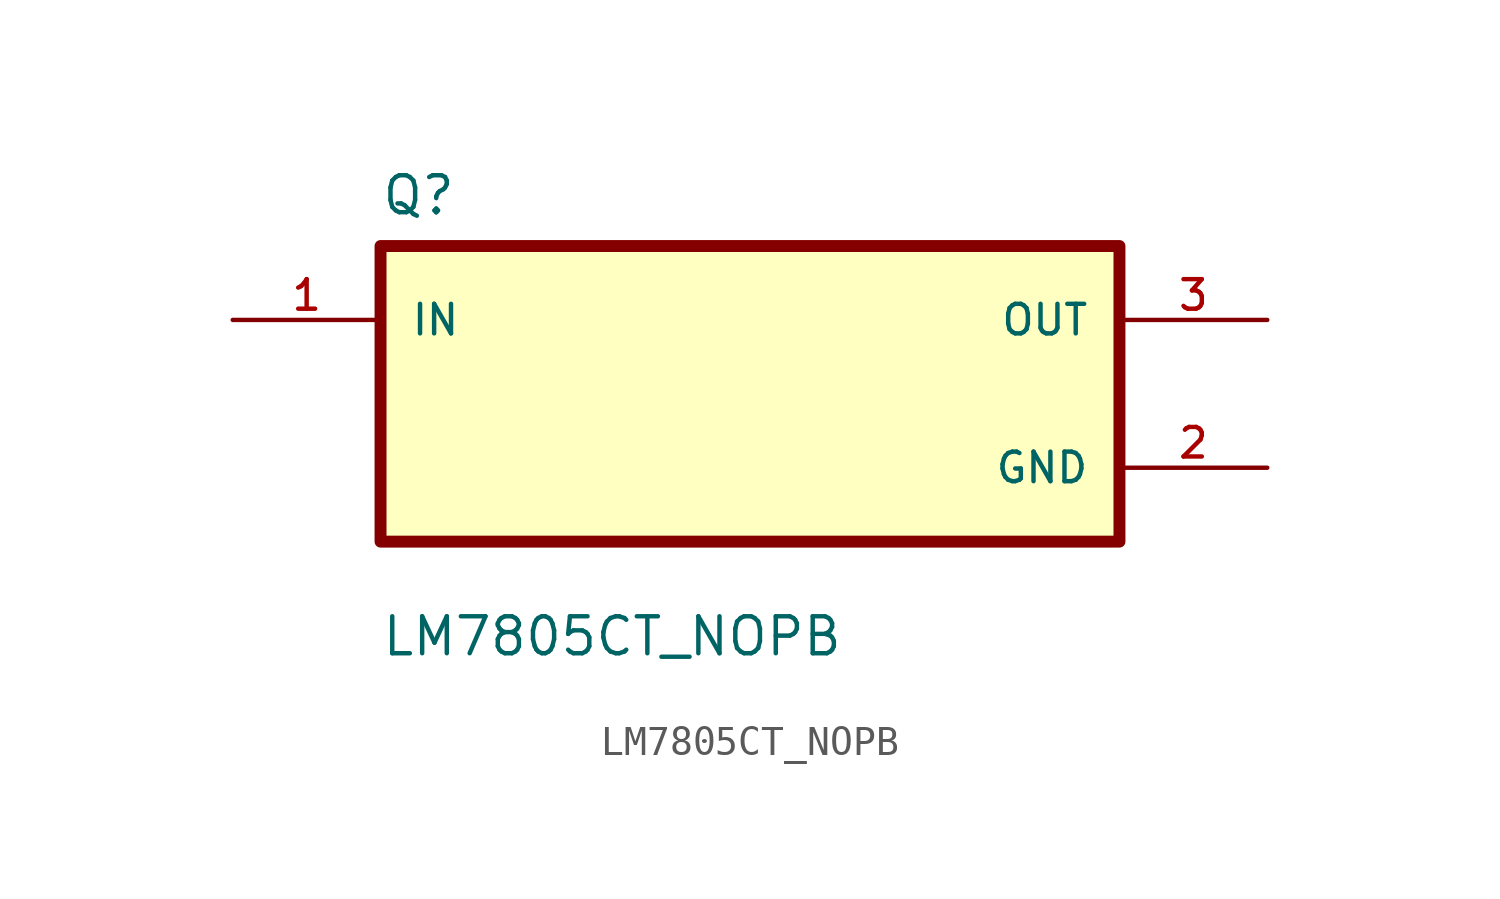
<source format=kicad_sym>
(kicad_symbol_lib
  (version 20211014)
  (generator kicad_symbol_editor)
  (symbol "LM7805CT_NOPB"
    (pin_names
      (offset 1.016))
    (property "Reference" "Q"
      (at -12.7 6.08 0.0)
      (effects (font (size 1.27 1.27)) (justify bottom left)))
    (property "Value" "LM7805CT_NOPB"
      (at -12.7 -9.08 0.0)
      (effects (font (size 1.27 1.27)) (justify bottom left)))
    (symbol "LM7805CT_NOPB_0_0"
      (rectangle (start -12.7 -5.08) (end 12.7 5.08) (stroke (width 0.41)) (fill (type background)))
      (pin input line (at -17.78 2.54 0) (length 5.08) (name "IN" (effects (font (size 1.016 1.016)))) (number "1" (effects (font (size 1.016 1.016)))))
      (pin output line (at 17.78 2.54 180.0) (length 5.08) (name "OUT" (effects (font (size 1.016 1.016)))) (number "3" (effects (font (size 1.016 1.016)))))
      (pin power_in line (at 17.78 -2.54 180.0) (length 5.08) (name "GND" (effects (font (size 1.016 1.016)))) (number "2" (effects (font (size 1.016 1.016))))))))
</source>
